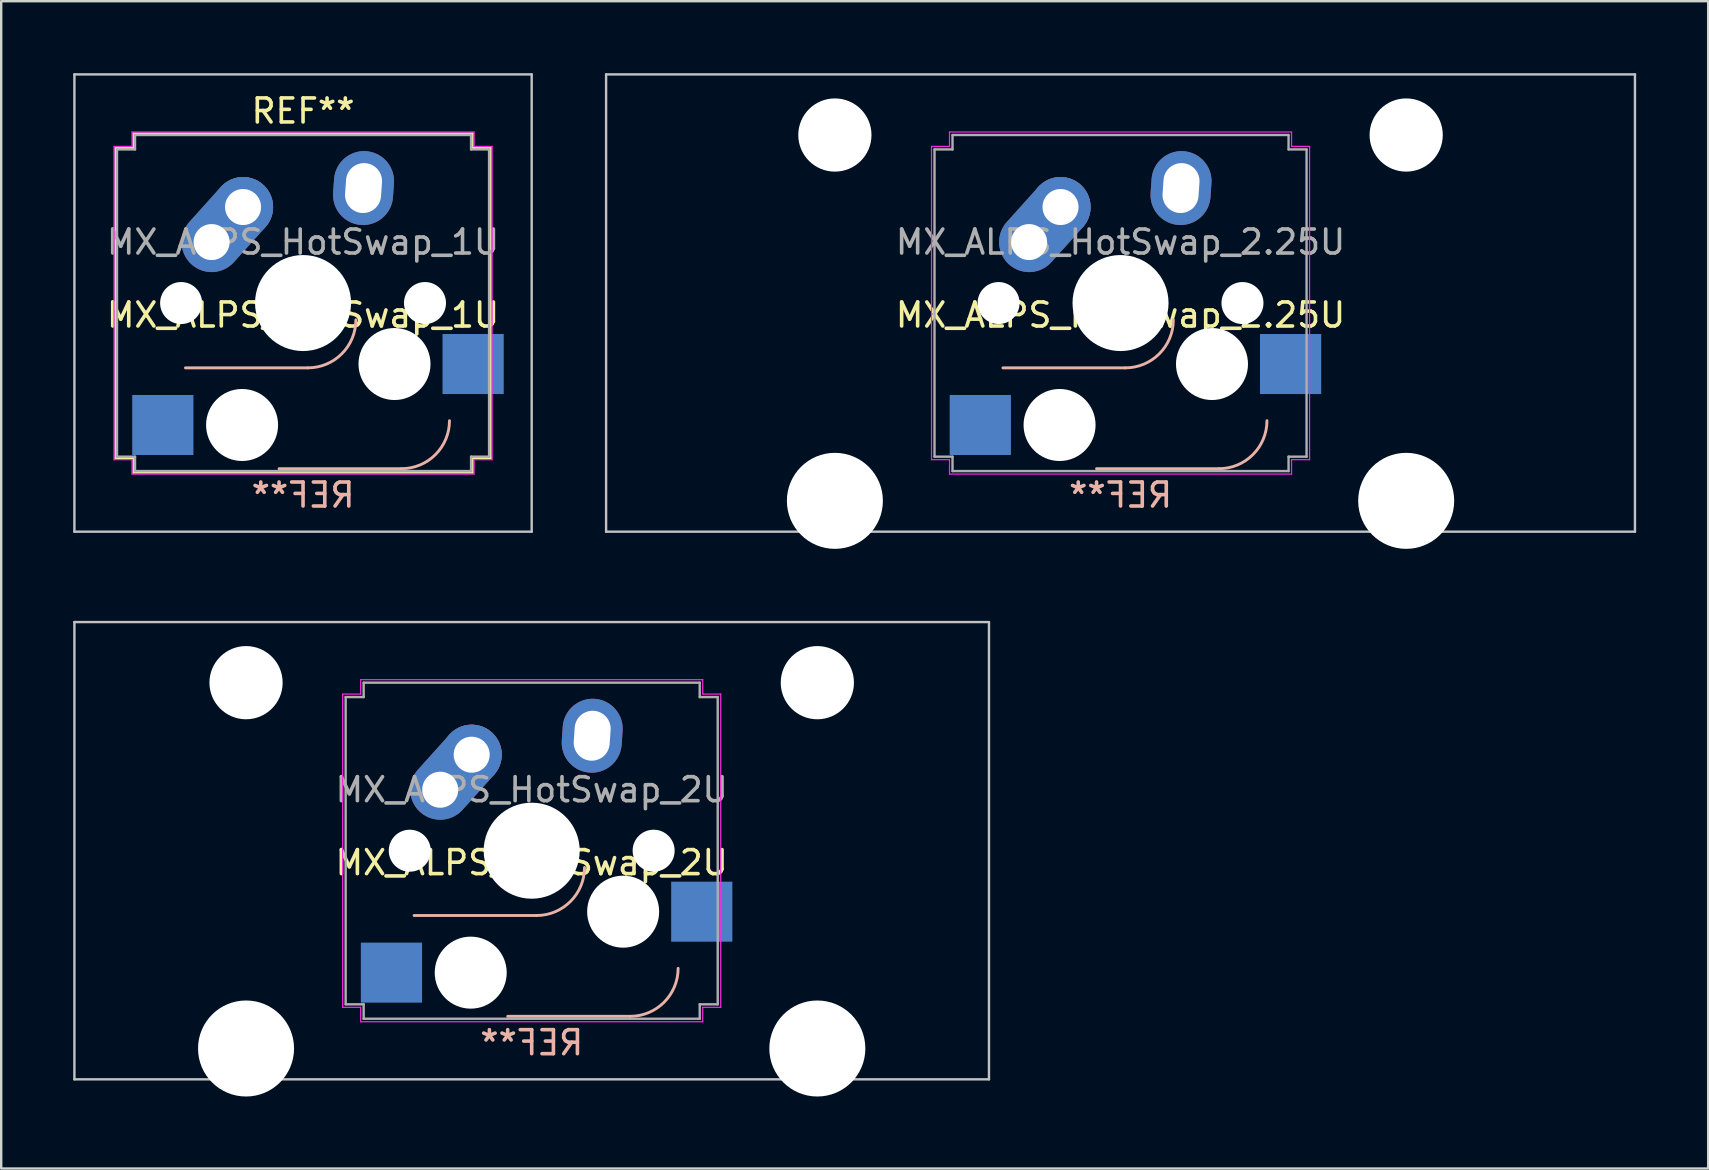
<source format=kicad_pcb>
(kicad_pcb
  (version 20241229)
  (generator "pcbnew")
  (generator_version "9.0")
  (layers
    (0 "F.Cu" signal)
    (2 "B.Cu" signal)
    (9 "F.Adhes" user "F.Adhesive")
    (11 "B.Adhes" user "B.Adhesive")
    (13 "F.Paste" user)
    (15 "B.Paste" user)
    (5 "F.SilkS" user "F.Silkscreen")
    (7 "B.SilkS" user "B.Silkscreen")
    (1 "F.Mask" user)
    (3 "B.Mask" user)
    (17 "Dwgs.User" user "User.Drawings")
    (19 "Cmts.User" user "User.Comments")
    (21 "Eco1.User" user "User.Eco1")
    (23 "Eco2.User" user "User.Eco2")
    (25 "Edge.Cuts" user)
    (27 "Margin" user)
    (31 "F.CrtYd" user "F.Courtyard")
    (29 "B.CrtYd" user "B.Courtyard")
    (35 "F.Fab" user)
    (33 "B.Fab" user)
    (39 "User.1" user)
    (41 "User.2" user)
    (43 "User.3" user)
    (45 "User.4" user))
  (footprint "MX_ALPS_HotSwap_2U"
    (layer "F.Cu")
    (at 19.1 32.39)
    (property "Reference" "MX_ALPS_HotSwap_2U" (at 0 0.5 0) (layer "F.SilkS") (effects (font (size 1 1) (thickness 0.15))))
    (attr through_hole)
    (fp_line (start 0.2 2.7) (end -4.9 2.7) (stroke (width 0.12) (type solid)) (layer "B.SilkS"))
    (fp_line (start 4.1 6.9) (end -1 6.9) (stroke (width 0.12) (type solid)) (layer "B.SilkS"))
    (fp_arc (start 2.2 0.7) (mid 1.614214 2.114214) (end 0.2 2.7) (stroke (width 0.12) (type solid)) (layer "B.SilkS"))
    (fp_arc (start 6.1 4.9) (mid 5.514214 6.314214) (end 4.1 6.9) (stroke (width 0.12) (type solid)) (layer "B.SilkS"))
    (fp_line (start -19.05 -9.525) (end -19.05 9.525) (stroke (width 0.1) (type solid)) (layer "Dwgs.User"))
    (fp_line (start -19.05 9.525) (end 19.05 9.525) (stroke (width 0.1) (type solid)) (layer "Dwgs.User"))
    (fp_line (start 19.05 -9.525) (end -19.05 -9.525) (stroke (width 0.1) (type solid)) (layer "Dwgs.User"))
    (fp_line (start 19.05 9.525) (end 19.05 -9.525) (stroke (width 0.1) (type solid)) (layer "Dwgs.User"))
    (fp_line (start -7.875 -6.525) (end -7.125 -6.525) (stroke (width 0.05) (type solid)) (layer "F.CrtYd"))
    (fp_line (start -7.875 6.525) (end -7.875 -6.525) (stroke (width 0.05) (type solid)) (layer "F.CrtYd"))
    (fp_line (start -7.125 -7.125) (end 7.125 -7.125) (stroke (width 0.05) (type solid)) (layer "F.CrtYd"))
    (fp_line (start -7.125 -6.525) (end -7.125 -7.125) (stroke (width 0.05) (type solid)) (layer "F.CrtYd"))
    (fp_line (start -7.125 6.525) (end -7.875 6.525) (stroke (width 0.05) (type solid)) (layer "F.CrtYd"))
    (fp_line (start -7.125 7.125) (end -7.125 6.525) (stroke (width 0.05) (type solid)) (layer "F.CrtYd"))
    (fp_line (start 7.125 -7.125) (end 7.125 -6.525) (stroke (width 0.05) (type solid)) (layer "F.CrtYd"))
    (fp_line (start 7.125 -6.525) (end 7.875 -6.525) (stroke (width 0.05) (type solid)) (layer "F.CrtYd"))
    (fp_line (start 7.125 6.525) (end 7.125 7.125) (stroke (width 0.05) (type solid)) (layer "F.CrtYd"))
    (fp_line (start 7.125 7.125) (end -7.125 7.125) (stroke (width 0.05) (type solid)) (layer "F.CrtYd"))
    (fp_line (start 7.875 -6.525) (end 7.875 6.525) (stroke (width 0.05) (type solid)) (layer "F.CrtYd"))
    (fp_line (start 7.875 6.525) (end 7.125 6.525) (stroke (width 0.05) (type solid)) (layer "F.CrtYd"))
    (fp_line (start -7.75 -6.4) (end -7 -6.4) (stroke (width 0.1) (type solid)) (layer "F.Fab"))
    (fp_line (start -7.75 6.4) (end -7.75 -6.4) (stroke (width 0.1) (type solid)) (layer "F.Fab"))
    (fp_line (start -7 -7) (end 7 -7) (stroke (width 0.1) (type solid)) (layer "F.Fab"))
    (fp_line (start -7 -6.4) (end -7 -7) (stroke (width 0.1) (type solid)) (layer "F.Fab"))
    (fp_line (start -7 6.4) (end -7.75 6.4) (stroke (width 0.1) (type solid)) (layer "F.Fab"))
    (fp_line (start -7 7) (end -7 6.4) (stroke (width 0.1) (type solid)) (layer "F.Fab"))
    (fp_line (start 7 -7) (end 7 -6.4) (stroke (width 0.1) (type solid)) (layer "F.Fab"))
    (fp_line (start 7 -6.4) (end 7.75 -6.4) (stroke (width 0.1) (type solid)) (layer "F.Fab"))
    (fp_line (start 7 6.4) (end 7 7) (stroke (width 0.1) (type solid)) (layer "F.Fab"))
    (fp_line (start 7 7) (end -7 7) (stroke (width 0.1) (type solid)) (layer "F.Fab"))
    (fp_line (start 7.75 -6.4) (end 7.75 6.4) (stroke (width 0.1) (type solid)) (layer "F.Fab"))
    (fp_line (start 7.75 6.4) (end 7 6.4) (stroke (width 0.1) (type solid)) (layer "F.Fab"))
    (fp_text user "REF**" (at 0 8 180) (layer "B.SilkS") (effects (font (size 1 1) (thickness 0.15)) (justify mirror)))
    (fp_text user "${REFERENCE}" (at 0 -2.54 0) (layer "F.Fab") (effects (font (size 1 1) (thickness 0.15))))
    (pad "" np_thru_hole circle (at -11.9 -7) (size 3.05 3.05) (drill 3.05) (layers "*.Cu" "*.Mask"))
    (pad "" np_thru_hole circle (at -11.9 8.24) (size 4 4) (drill 4) (layers "*.Cu" "*.Mask"))
    (pad "" np_thru_hole circle (at -5.08 0) (size 1.75 1.75) (drill 1.75) (layers "*.Cu" "*.Mask"))
    (pad "" np_thru_hole circle (at -2.54 5.08 180) (size 3 3) (drill 3) (layers "*.Cu" "*.Mask"))
    (pad "" np_thru_hole circle (at 0 0) (size 4 4) (drill 4) (layers "*.Cu" "*.Mask"))
    (pad "" np_thru_hole circle (at 3.81 2.54 180) (size 3 3) (drill 3) (layers "*.Cu" "*.Mask"))
    (pad "" np_thru_hole circle (at 5.08 0) (size 1.75 1.75) (drill 1.75) (layers "*.Cu" "*.Mask"))
    (pad "" np_thru_hole circle (at 11.9 -7) (size 3.05 3.05) (drill 3.05) (layers "*.Cu" "*.Mask"))
    (pad "" np_thru_hole circle (at 11.9 8.24) (size 4 4) (drill 4) (layers "*.Cu" "*.Mask"))
    (pad "1" smd rect (at -5.842 5.08 180) (size 2.55 2.5) (layers "B.Cu" "B.Mask" "B.Paste"))
    (pad "1" thru_hole oval (at -3.81 -2.54 48) (size 4.462 2.5) (drill 1.5 (offset 0.981 0)) (layers "*.Cu" "B.Mask"))
    (pad "1" thru_hole circle (at -2.5 -4) (size 2.5 2.5) (drill 1.5) (layers "*.Cu" "B.Mask"))
    (pad "2" thru_hole oval (at 2.52 -4.79 86) (size 3.081 2.5) (drill oval 2.081 1.5) (layers "*.Cu" "B.Mask"))
    (pad "2" smd rect (at 7.085 2.54 180) (size 2.55 2.5) (layers "B.Cu" "B.Mask" "B.Paste")))
  (footprint "MX_ALPS_HotSwap_1U"
    (layer "F.Cu")
    (at 9.575 9.575)
    (property "Reference" "MX_ALPS_HotSwap_1U" (at 0 0.5 0) (layer "F.SilkS") (effects (font (size 1 1) (thickness 0.15))))
    (attr through_hole)
    (fp_line (start -7.8 -6.45) (end -7.05 -6.45) (stroke (width 0.12) (type solid)) (layer "F.SilkS"))
    (fp_line (start -7.8 6.45) (end -7.8 -6.45) (stroke (width 0.12) (type solid)) (layer "F.SilkS"))
    (fp_line (start -7.05 -7.05) (end 7.05 -7.05) (stroke (width 0.12) (type solid)) (layer "F.SilkS"))
    (fp_line (start -7.05 -6.45) (end -7.05 -7.05) (stroke (width 0.12) (type solid)) (layer "F.SilkS"))
    (fp_line (start -7.05 6.45) (end -7.8 6.45) (stroke (width 0.12) (type solid)) (layer "F.SilkS"))
    (fp_line (start -7.05 7.05) (end -7.05 6.45) (stroke (width 0.12) (type solid)) (layer "F.SilkS"))
    (fp_line (start 7.05 -7.05) (end 7.05 -6.45) (stroke (width 0.12) (type solid)) (layer "F.SilkS"))
    (fp_line (start 7.05 -6.45) (end 7.8 -6.45) (stroke (width 0.12) (type solid)) (layer "F.SilkS"))
    (fp_line (start 7.05 6.45) (end 7.05 7.05) (stroke (width 0.12) (type solid)) (layer "F.SilkS"))
    (fp_line (start 7.05 7.05) (end -7.05 7.05) (stroke (width 0.12) (type solid)) (layer "F.SilkS"))
    (fp_line (start 7.8 -6.45) (end 7.8 6.45) (stroke (width 0.12) (type solid)) (layer "F.SilkS"))
    (fp_line (start 7.8 6.45) (end 7.05 6.45) (stroke (width 0.12) (type solid)) (layer "F.SilkS"))
    (fp_line (start 0.2 2.7) (end -4.9 2.7) (stroke (width 0.12) (type solid)) (layer "B.SilkS"))
    (fp_line (start 4.1 6.9) (end -1 6.9) (stroke (width 0.12) (type solid)) (layer "B.SilkS"))
    (fp_arc (start 2.2 0.7) (mid 1.614214 2.114214) (end 0.2 2.7) (stroke (width 0.12) (type solid)) (layer "B.SilkS"))
    (fp_arc (start 6.1 4.9) (mid 5.514214 6.314214) (end 4.1 6.9) (stroke (width 0.12) (type solid)) (layer "B.SilkS"))
    (fp_line (start -9.525 -9.525) (end -9.525 9.525) (stroke (width 0.1) (type solid)) (layer "Dwgs.User"))
    (fp_line (start -9.525 9.525) (end 9.525 9.525) (stroke (width 0.1) (type solid)) (layer "Dwgs.User"))
    (fp_line (start 9.525 -9.525) (end -9.525 -9.525) (stroke (width 0.1) (type solid)) (layer "Dwgs.User"))
    (fp_line (start 9.525 9.525) (end 9.525 -9.525) (stroke (width 0.1) (type solid)) (layer "Dwgs.User"))
    (fp_line (start -7.875 -6.525) (end -7.125 -6.525) (stroke (width 0.05) (type solid)) (layer "F.CrtYd"))
    (fp_line (start -7.875 6.525) (end -7.875 -6.525) (stroke (width 0.05) (type solid)) (layer "F.CrtYd"))
    (fp_line (start -7.125 -7.125) (end 7.125 -7.125) (stroke (width 0.05) (type solid)) (layer "F.CrtYd"))
    (fp_line (start -7.125 -6.525) (end -7.125 -7.125) (stroke (width 0.05) (type solid)) (layer "F.CrtYd"))
    (fp_line (start -7.125 6.525) (end -7.875 6.525) (stroke (width 0.05) (type solid)) (layer "F.CrtYd"))
    (fp_line (start -7.125 7.125) (end -7.125 6.525) (stroke (width 0.05) (type solid)) (layer "F.CrtYd"))
    (fp_line (start 7.125 -7.125) (end 7.125 -6.525) (stroke (width 0.05) (type solid)) (layer "F.CrtYd"))
    (fp_line (start 7.125 -6.525) (end 7.875 -6.525) (stroke (width 0.05) (type solid)) (layer "F.CrtYd"))
    (fp_line (start 7.125 6.525) (end 7.125 7.125) (stroke (width 0.05) (type solid)) (layer "F.CrtYd"))
    (fp_line (start 7.125 7.125) (end -7.125 7.125) (stroke (width 0.05) (type solid)) (layer "F.CrtYd"))
    (fp_line (start 7.875 -6.525) (end 7.875 6.525) (stroke (width 0.05) (type solid)) (layer "F.CrtYd"))
    (fp_line (start 7.875 6.525) (end 7.125 6.525) (stroke (width 0.05) (type solid)) (layer "F.CrtYd"))
    (fp_line (start -7.75 -6.4) (end -7 -6.4) (stroke (width 0.1) (type solid)) (layer "F.Fab"))
    (fp_line (start -7.75 6.4) (end -7.75 -6.4) (stroke (width 0.1) (type solid)) (layer "F.Fab"))
    (fp_line (start -7 -7) (end 7 -7) (stroke (width 0.1) (type solid)) (layer "F.Fab"))
    (fp_line (start -7 -6.4) (end -7 -7) (stroke (width 0.1) (type solid)) (layer "F.Fab"))
    (fp_line (start -7 6.4) (end -7.75 6.4) (stroke (width 0.1) (type solid)) (layer "F.Fab"))
    (fp_line (start -7 7) (end -7 6.4) (stroke (width 0.1) (type solid)) (layer "F.Fab"))
    (fp_line (start 7 -7) (end 7 -6.4) (stroke (width 0.1) (type solid)) (layer "F.Fab"))
    (fp_line (start 7 -6.4) (end 7.75 -6.4) (stroke (width 0.1) (type solid)) (layer "F.Fab"))
    (fp_line (start 7 6.4) (end 7 7) (stroke (width 0.1) (type solid)) (layer "F.Fab"))
    (fp_line (start 7 7) (end -7 7) (stroke (width 0.1) (type solid)) (layer "F.Fab"))
    (fp_line (start 7.75 -6.4) (end 7.75 6.4) (stroke (width 0.1) (type solid)) (layer "F.Fab"))
    (fp_line (start 7.75 6.4) (end 7 6.4) (stroke (width 0.1) (type solid)) (layer "F.Fab"))
    (fp_text user "REF**" (at 0 -8 0) (layer "F.SilkS") (effects (font (size 1 1) (thickness 0.15))))
    (fp_text user "REF**" (at 0 8 180) (layer "B.SilkS") (effects (font (size 1 1) (thickness 0.15)) (justify mirror)))
    (fp_text user "${REFERENCE}" (at 0 -2.54 0) (layer "F.Fab") (effects (font (size 1 1) (thickness 0.15))))
    (pad "" np_thru_hole circle (at -5.08 0) (size 1.75 1.75) (drill 1.75) (layers "*.Cu" "*.Mask"))
    (pad "" np_thru_hole circle (at -2.54 5.08 180) (size 3 3) (drill 3) (layers "*.Cu" "*.Mask"))
    (pad "" np_thru_hole circle (at 0 0) (size 4 4) (drill 4) (layers "*.Cu" "*.Mask"))
    (pad "" np_thru_hole circle (at 3.81 2.54 180) (size 3 3) (drill 3) (layers "*.Cu" "*.Mask"))
    (pad "" np_thru_hole circle (at 5.08 0) (size 1.75 1.75) (drill 1.75) (layers "*.Cu" "*.Mask"))
    (pad "1" smd rect (at -5.842 5.08 180) (size 2.55 2.5) (layers "B.Cu" "B.Mask" "B.Paste"))
    (pad "1" thru_hole oval (at -3.81 -2.54 48) (size 4.462 2.5) (drill 1.5 (offset 0.981 0)) (layers "*.Cu" "B.Mask"))
    (pad "1" thru_hole circle (at -2.5 -4) (size 2.5 2.5) (drill 1.5) (layers "*.Cu" "B.Mask"))
    (pad "2" thru_hole oval (at 2.52 -4.79 86) (size 3.081 2.5) (drill oval 2.081 1.5) (layers "*.Cu" "B.Mask"))
    (pad "2" smd rect (at 7.085 2.54 180) (size 2.55 2.5) (layers "B.Cu" "B.Mask" "B.Paste")))
  (footprint "MX_ALPS_HotSwap_2.25U"
    (layer "F.Cu")
    (at 43.631 9.575)
    (property "Reference" "MX_ALPS_HotSwap_2.25U" (at 0 0.5 0) (layer "F.SilkS") (effects (font (size 1 1) (thickness 0.15))))
    (attr through_hole)
    (fp_line (start 0.2 2.7) (end -4.9 2.7) (stroke (width 0.12) (type solid)) (layer "B.SilkS"))
    (fp_line (start 4.1 6.9) (end -1 6.9) (stroke (width 0.12) (type solid)) (layer "B.SilkS"))
    (fp_arc (start 2.2 0.7) (mid 1.614214 2.114214) (end 0.2 2.7) (stroke (width 0.12) (type solid)) (layer "B.SilkS"))
    (fp_arc (start 6.1 4.9) (mid 5.514214 6.314214) (end 4.1 6.9) (stroke (width 0.12) (type solid)) (layer "B.SilkS"))
    (fp_line (start -21.431 -9.525) (end -21.431 9.525) (stroke (width 0.1) (type solid)) (layer "Dwgs.User"))
    (fp_line (start -21.431 9.525) (end 21.431 9.525) (stroke (width 0.1) (type solid)) (layer "Dwgs.User"))
    (fp_line (start 21.431 -9.525) (end -21.431 -9.525) (stroke (width 0.1) (type solid)) (layer "Dwgs.User"))
    (fp_line (start 21.431 9.525) (end 21.431 -9.525) (stroke (width 0.1) (type solid)) (layer "Dwgs.User"))
    (fp_line (start -7.875 -6.525) (end -7.125 -6.525) (stroke (width 0.05) (type solid)) (layer "F.CrtYd"))
    (fp_line (start -7.875 6.525) (end -7.875 -6.525) (stroke (width 0.05) (type solid)) (layer "F.CrtYd"))
    (fp_line (start -7.125 -7.125) (end 7.125 -7.125) (stroke (width 0.05) (type solid)) (layer "F.CrtYd"))
    (fp_line (start -7.125 -6.525) (end -7.125 -7.125) (stroke (width 0.05) (type solid)) (layer "F.CrtYd"))
    (fp_line (start -7.125 6.525) (end -7.875 6.525) (stroke (width 0.05) (type solid)) (layer "F.CrtYd"))
    (fp_line (start -7.125 7.125) (end -7.125 6.525) (stroke (width 0.05) (type solid)) (layer "F.CrtYd"))
    (fp_line (start 7.125 -7.125) (end 7.125 -6.525) (stroke (width 0.05) (type solid)) (layer "F.CrtYd"))
    (fp_line (start 7.125 -6.525) (end 7.875 -6.525) (stroke (width 0.05) (type solid)) (layer "F.CrtYd"))
    (fp_line (start 7.125 6.525) (end 7.125 7.125) (stroke (width 0.05) (type solid)) (layer "F.CrtYd"))
    (fp_line (start 7.125 7.125) (end -7.125 7.125) (stroke (width 0.05) (type solid)) (layer "F.CrtYd"))
    (fp_line (start 7.875 -6.525) (end 7.875 6.525) (stroke (width 0.05) (type solid)) (layer "F.CrtYd"))
    (fp_line (start 7.875 6.525) (end 7.125 6.525) (stroke (width 0.05) (type solid)) (layer "F.CrtYd"))
    (fp_line (start -7.75 -6.4) (end -7 -6.4) (stroke (width 0.1) (type solid)) (layer "F.Fab"))
    (fp_line (start -7.75 6.4) (end -7.75 -6.4) (stroke (width 0.1) (type solid)) (layer "F.Fab"))
    (fp_line (start -7 -7) (end 7 -7) (stroke (width 0.1) (type solid)) (layer "F.Fab"))
    (fp_line (start -7 -6.4) (end -7 -7) (stroke (width 0.1) (type solid)) (layer "F.Fab"))
    (fp_line (start -7 6.4) (end -7.75 6.4) (stroke (width 0.1) (type solid)) (layer "F.Fab"))
    (fp_line (start -7 7) (end -7 6.4) (stroke (width 0.1) (type solid)) (layer "F.Fab"))
    (fp_line (start 7 -7) (end 7 -6.4) (stroke (width 0.1) (type solid)) (layer "F.Fab"))
    (fp_line (start 7 -6.4) (end 7.75 -6.4) (stroke (width 0.1) (type solid)) (layer "F.Fab"))
    (fp_line (start 7 6.4) (end 7 7) (stroke (width 0.1) (type solid)) (layer "F.Fab"))
    (fp_line (start 7 7) (end -7 7) (stroke (width 0.1) (type solid)) (layer "F.Fab"))
    (fp_line (start 7.75 -6.4) (end 7.75 6.4) (stroke (width 0.1) (type solid)) (layer "F.Fab"))
    (fp_line (start 7.75 6.4) (end 7 6.4) (stroke (width 0.1) (type solid)) (layer "F.Fab"))
    (fp_text user "REF**" (at 0 8 180) (layer "B.SilkS") (effects (font (size 1 1) (thickness 0.15)) (justify mirror)))
    (fp_text user "${REFERENCE}" (at 0 -2.54 0) (layer "F.Fab") (effects (font (size 1 1) (thickness 0.15))))
    (pad "" np_thru_hole circle (at -11.9 -7) (size 3.05 3.05) (drill 3.05) (layers "*.Cu" "*.Mask"))
    (pad "" np_thru_hole circle (at -11.9 8.24) (size 4 4) (drill 4) (layers "*.Cu" "*.Mask"))
    (pad "" np_thru_hole circle (at -5.08 0) (size 1.75 1.75) (drill 1.75) (layers "*.Cu" "*.Mask"))
    (pad "" np_thru_hole circle (at -2.54 5.08 180) (size 3 3) (drill 3) (layers "*.Cu" "*.Mask"))
    (pad "" np_thru_hole circle (at 0 0) (size 4 4) (drill 4) (layers "*.Cu" "*.Mask"))
    (pad "" np_thru_hole circle (at 3.81 2.54 180) (size 3 3) (drill 3) (layers "*.Cu" "*.Mask"))
    (pad "" np_thru_hole circle (at 5.08 0) (size 1.75 1.75) (drill 1.75) (layers "*.Cu" "*.Mask"))
    (pad "" np_thru_hole circle (at 11.9 -7) (size 3.05 3.05) (drill 3.05) (layers "*.Cu" "*.Mask"))
    (pad "" np_thru_hole circle (at 11.9 8.24) (size 4 4) (drill 4) (layers "*.Cu" "*.Mask"))
    (pad "1" smd rect (at -5.842 5.08 180) (size 2.55 2.5) (layers "B.Cu" "B.Mask" "B.Paste"))
    (pad "1" thru_hole oval (at -3.81 -2.54 48) (size 4.462 2.5) (drill 1.5 (offset 0.981 0)) (layers "*.Cu" "B.Mask"))
    (pad "1" thru_hole circle (at -2.5 -4) (size 2.5 2.5) (drill 1.5) (layers "*.Cu" "B.Mask"))
    (pad "2" thru_hole oval (at 2.52 -4.79 86) (size 3.081 2.5) (drill oval 2.081 1.5) (layers "*.Cu" "B.Mask"))
    (pad "2" smd rect (at 7.085 2.54 180) (size 2.55 2.5) (layers "B.Cu" "B.Mask" "B.Paste")))
  (gr_rect
    (start -3 -3)
    (end 68.112 45.63)
    (stroke (width 0.1) (type default))
    (fill no)
    (layer "Edge.Cuts")))
</source>
